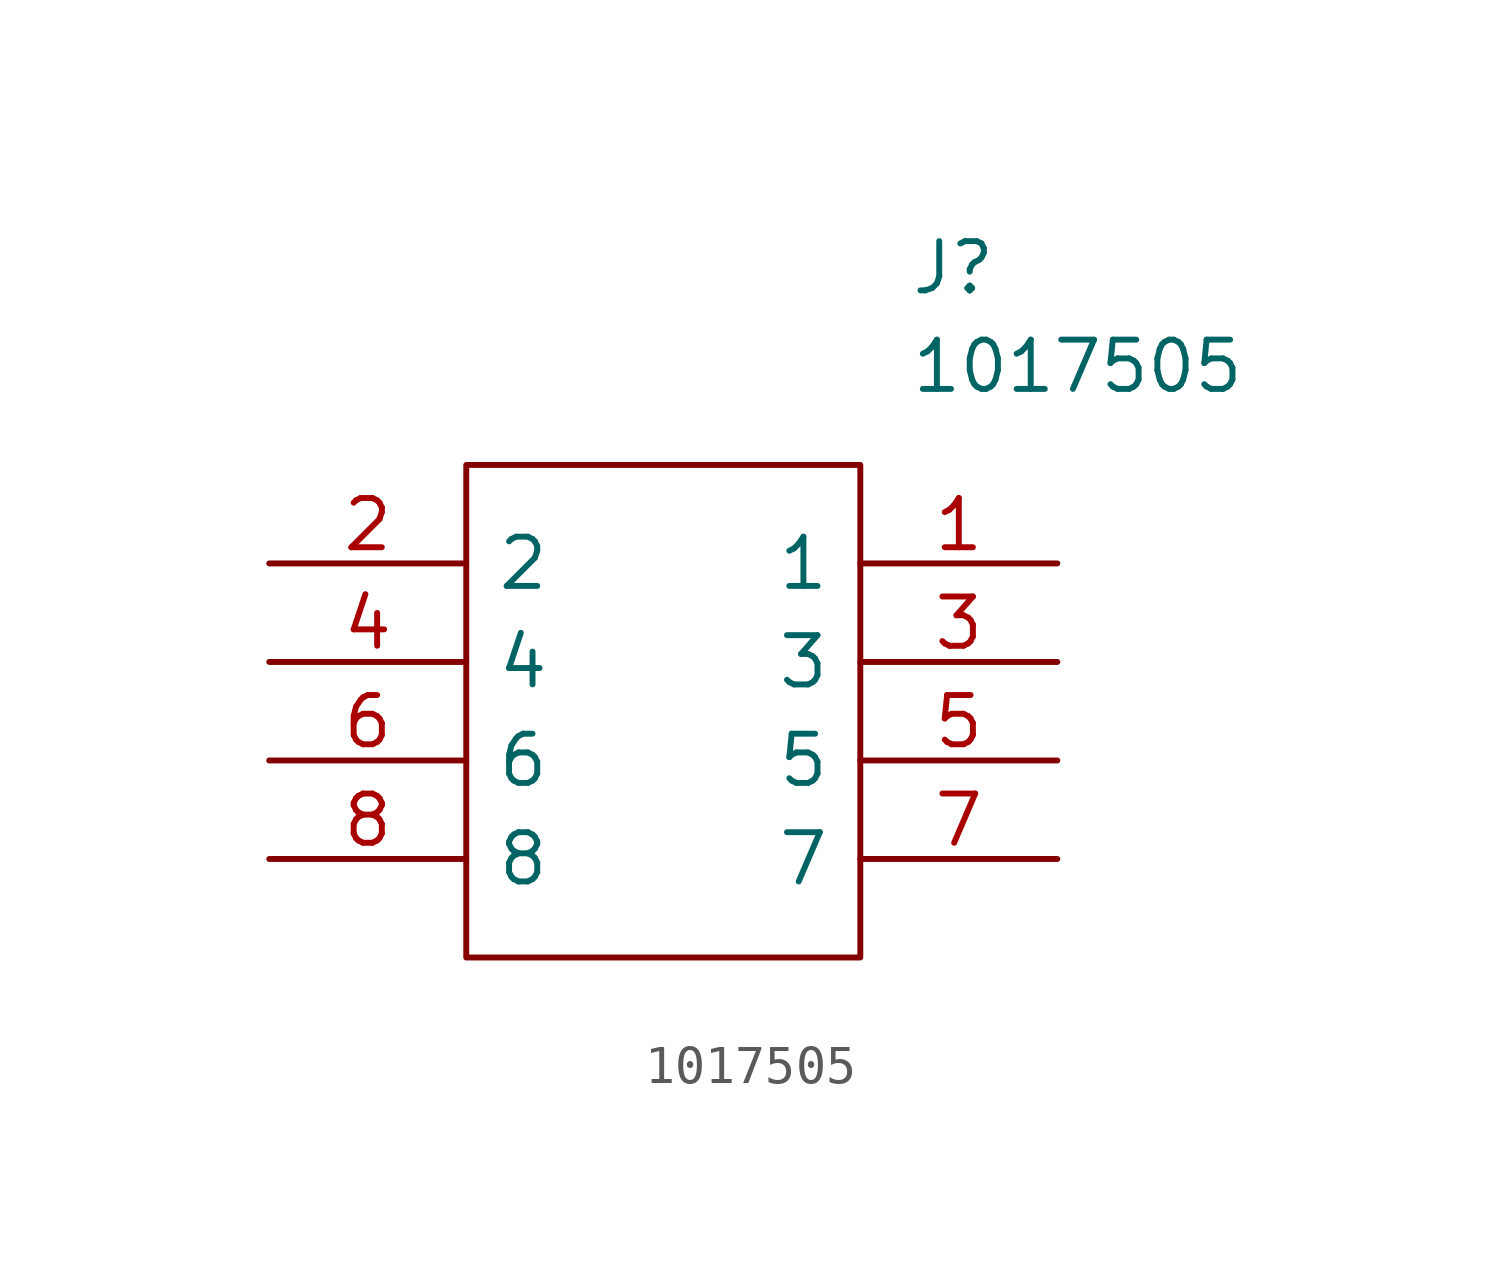
<source format=kicad_sym>
(kicad_symbol_lib
  (version 20211014)
  (generator kicad_symbol_editor)
  (symbol "1017505"
    (pin_names
      (offset 0.762))
    (property "Reference" "J"
      (at 16.51 7.62 0)
      (effects (font (size 1.27 1.27)) (justify left)))
    (property "Value" "1017505"
      (at 16.51 5.08 0)
      (effects (font (size 1.27 1.27)) (justify left)))
    (symbol "1017505_0_0"
      (pin passive line (at 20.32 0 180) (length 5.08) (name "1" (effects (font (size 1.27 1.27)))) (number "1" (effects (font (size 1.27 1.27)))))
      (pin passive line (at 0 0 0) (length 5.08) (name "2" (effects (font (size 1.27 1.27)))) (number "2" (effects (font (size 1.27 1.27)))))
      (pin passive line (at 20.32 -2.54 180) (length 5.08) (name "3" (effects (font (size 1.27 1.27)))) (number "3" (effects (font (size 1.27 1.27)))))
      (pin passive line (at 0 -2.54 0) (length 5.08) (name "4" (effects (font (size 1.27 1.27)))) (number "4" (effects (font (size 1.27 1.27)))))
      (pin passive line (at 20.32 -5.08 180) (length 5.08) (name "5" (effects (font (size 1.27 1.27)))) (number "5" (effects (font (size 1.27 1.27)))))
      (pin passive line (at 0 -5.08 0) (length 5.08) (name "6" (effects (font (size 1.27 1.27)))) (number "6" (effects (font (size 1.27 1.27)))))
      (pin passive line (at 20.32 -7.62 180) (length 5.08) (name "7" (effects (font (size 1.27 1.27)))) (number "7" (effects (font (size 1.27 1.27)))))
      (pin passive line (at 0 -7.62 0) (length 5.08) (name "8" (effects (font (size 1.27 1.27)))) (number "8" (effects (font (size 1.27 1.27))))))
    (symbol "1017505_0_1"
      (polyline (pts (xy 5.08 2.54) (xy 15.24 2.54) (xy 15.24 -10.16) (xy 5.08 -10.16) (xy 5.08 2.54)) (stroke (width 0.152) (type default) (color 0 0 0 0)) (fill (type none))))))
</source>
